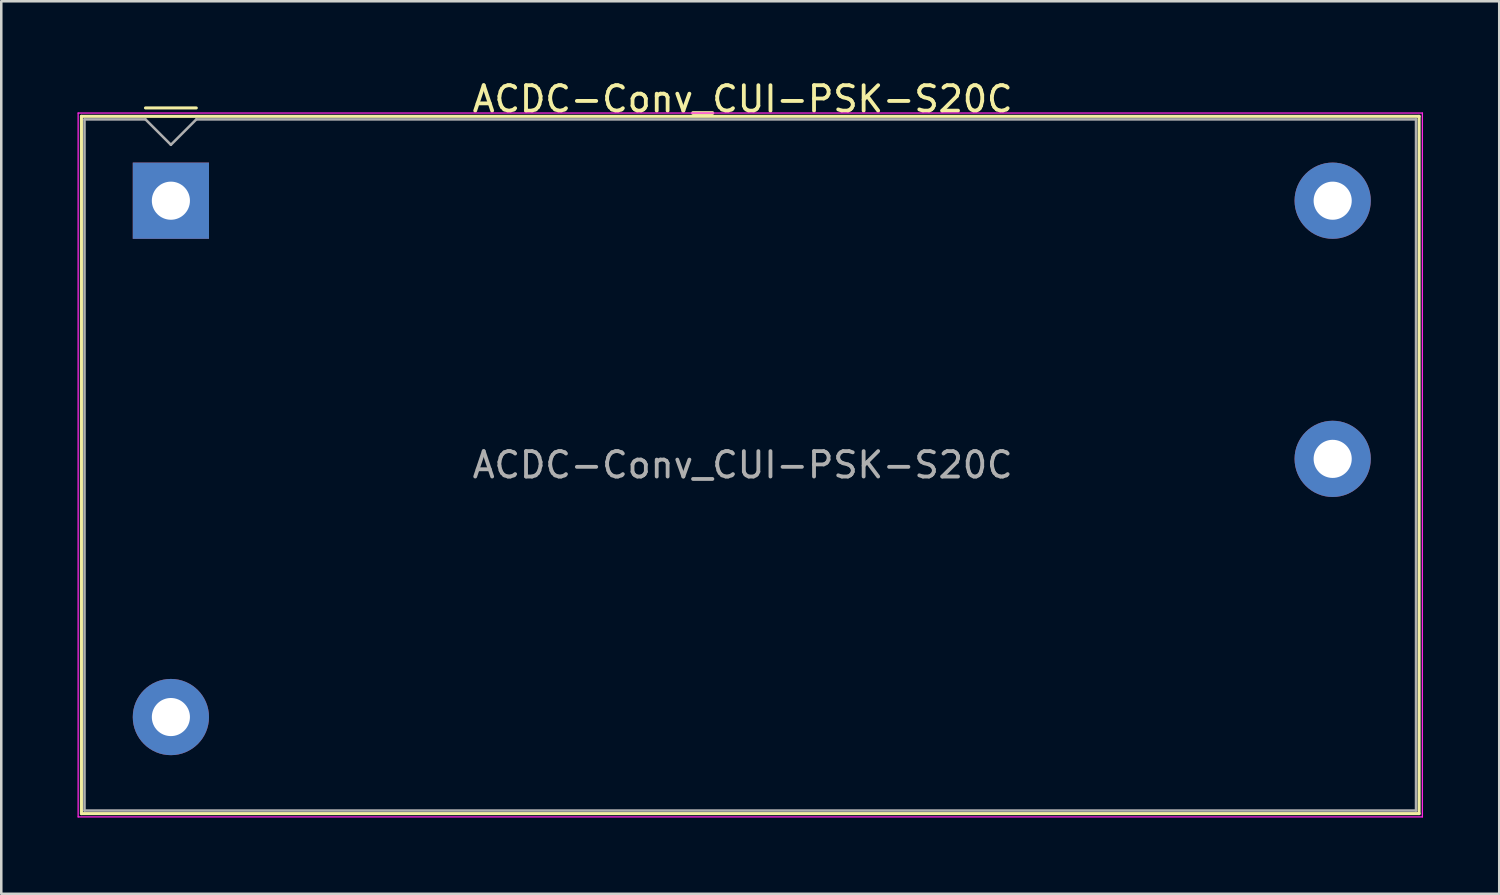
<source format=kicad_pcb>
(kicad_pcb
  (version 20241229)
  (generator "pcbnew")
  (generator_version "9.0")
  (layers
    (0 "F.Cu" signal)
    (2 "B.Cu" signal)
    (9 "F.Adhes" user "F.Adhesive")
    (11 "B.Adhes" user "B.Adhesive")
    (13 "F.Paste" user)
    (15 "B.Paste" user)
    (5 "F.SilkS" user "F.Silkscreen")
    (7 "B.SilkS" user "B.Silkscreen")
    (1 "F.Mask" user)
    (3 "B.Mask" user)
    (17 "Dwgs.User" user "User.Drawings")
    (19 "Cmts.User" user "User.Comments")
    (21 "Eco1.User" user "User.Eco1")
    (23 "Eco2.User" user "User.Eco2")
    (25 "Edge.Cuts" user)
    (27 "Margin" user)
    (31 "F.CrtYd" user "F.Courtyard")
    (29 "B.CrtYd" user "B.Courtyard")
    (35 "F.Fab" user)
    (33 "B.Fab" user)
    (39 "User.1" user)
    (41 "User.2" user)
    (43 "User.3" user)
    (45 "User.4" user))
  (footprint "ACDC-Conv_CUI-PSK-S20C"
    (layer "F.Cu")
    (at 3.675 4.848)
    (property "Reference" "ACDC-Conv_CUI-PSK-S20C" (at 22.5 -4 0) (layer "F.SilkS") (effects (font (size 1 1) (thickness 0.15))))
    (attr through_hole)
    (fp_line (start -3.52 -3.32) (end -3.52 24.12) (stroke (width 0.12) (type solid)) (layer "F.SilkS"))
    (fp_line (start -3.52 -3.32) (end 49.12 -3.32) (stroke (width 0.12) (type solid)) (layer "F.SilkS"))
    (fp_line (start -3.52 24.12) (end 49.12 24.12) (stroke (width 0.12) (type solid)) (layer "F.SilkS"))
    (fp_line (start 1 -3.65) (end -1 -3.65) (stroke (width 0.12) (type solid)) (layer "F.SilkS"))
    (fp_line (start 49.12 -3.32) (end 49.12 24.12) (stroke (width 0.12) (type solid)) (layer "F.SilkS"))
    (fp_line (start -3.65 -3.45) (end -3.65 24.25) (stroke (width 0.05) (type solid)) (layer "F.CrtYd"))
    (fp_line (start -3.65 -3.45) (end 49.25 -3.45) (stroke (width 0.05) (type solid)) (layer "F.CrtYd"))
    (fp_line (start -3.65 24.25) (end 49.25 24.25) (stroke (width 0.05) (type solid)) (layer "F.CrtYd"))
    (fp_line (start 49.25 -3.45) (end 49.25 24.25) (stroke (width 0.05) (type solid)) (layer "F.CrtYd"))
    (fp_line (start -3.4 -3.2) (end -3.4 24) (stroke (width 0.1) (type solid)) (layer "F.Fab"))
    (fp_line (start -3.4 24) (end 49 24) (stroke (width 0.1) (type solid)) (layer "F.Fab"))
    (fp_line (start -1 -3.2) (end -3.4 -3.2) (stroke (width 0.1) (type solid)) (layer "F.Fab"))
    (fp_line (start 0 -2.2) (end -1 -3.2) (stroke (width 0.1) (type solid)) (layer "F.Fab"))
    (fp_line (start 1 -3.2) (end 0 -2.2) (stroke (width 0.1) (type solid)) (layer "F.Fab"))
    (fp_line (start 49 -3.2) (end 1 -3.2) (stroke (width 0.1) (type solid)) (layer "F.Fab"))
    (fp_line (start 49 -3.2) (end 49 24) (stroke (width 0.1) (type solid)) (layer "F.Fab"))
    (fp_text user "${REFERENCE}" (at 22.5 10.4 0) (layer "F.Fab") (effects (font (size 1 1) (thickness 0.15))))
    (pad "1" thru_hole rect (at 0 0) (size 3 3) (drill 1.5) (layers "*.Cu" "*.Mask"))
    (pad "2" thru_hole circle (at 0 20.32) (size 3 3) (drill 1.5) (layers "*.Cu" "*.Mask"))
    (pad "3" thru_hole circle (at 45.72 10.16) (size 3 3) (drill 1.5) (layers "*.Cu" "*.Mask"))
    (pad "4" thru_hole circle (at 45.72 0) (size 3 3) (drill 1.5) (layers "*.Cu" "*.Mask")))
  (gr_rect
    (start -3 -3)
    (end 55.95 32.123)
    (stroke (width 0.1) (type default))
    (fill no)
    (layer "Edge.Cuts")))
</source>
